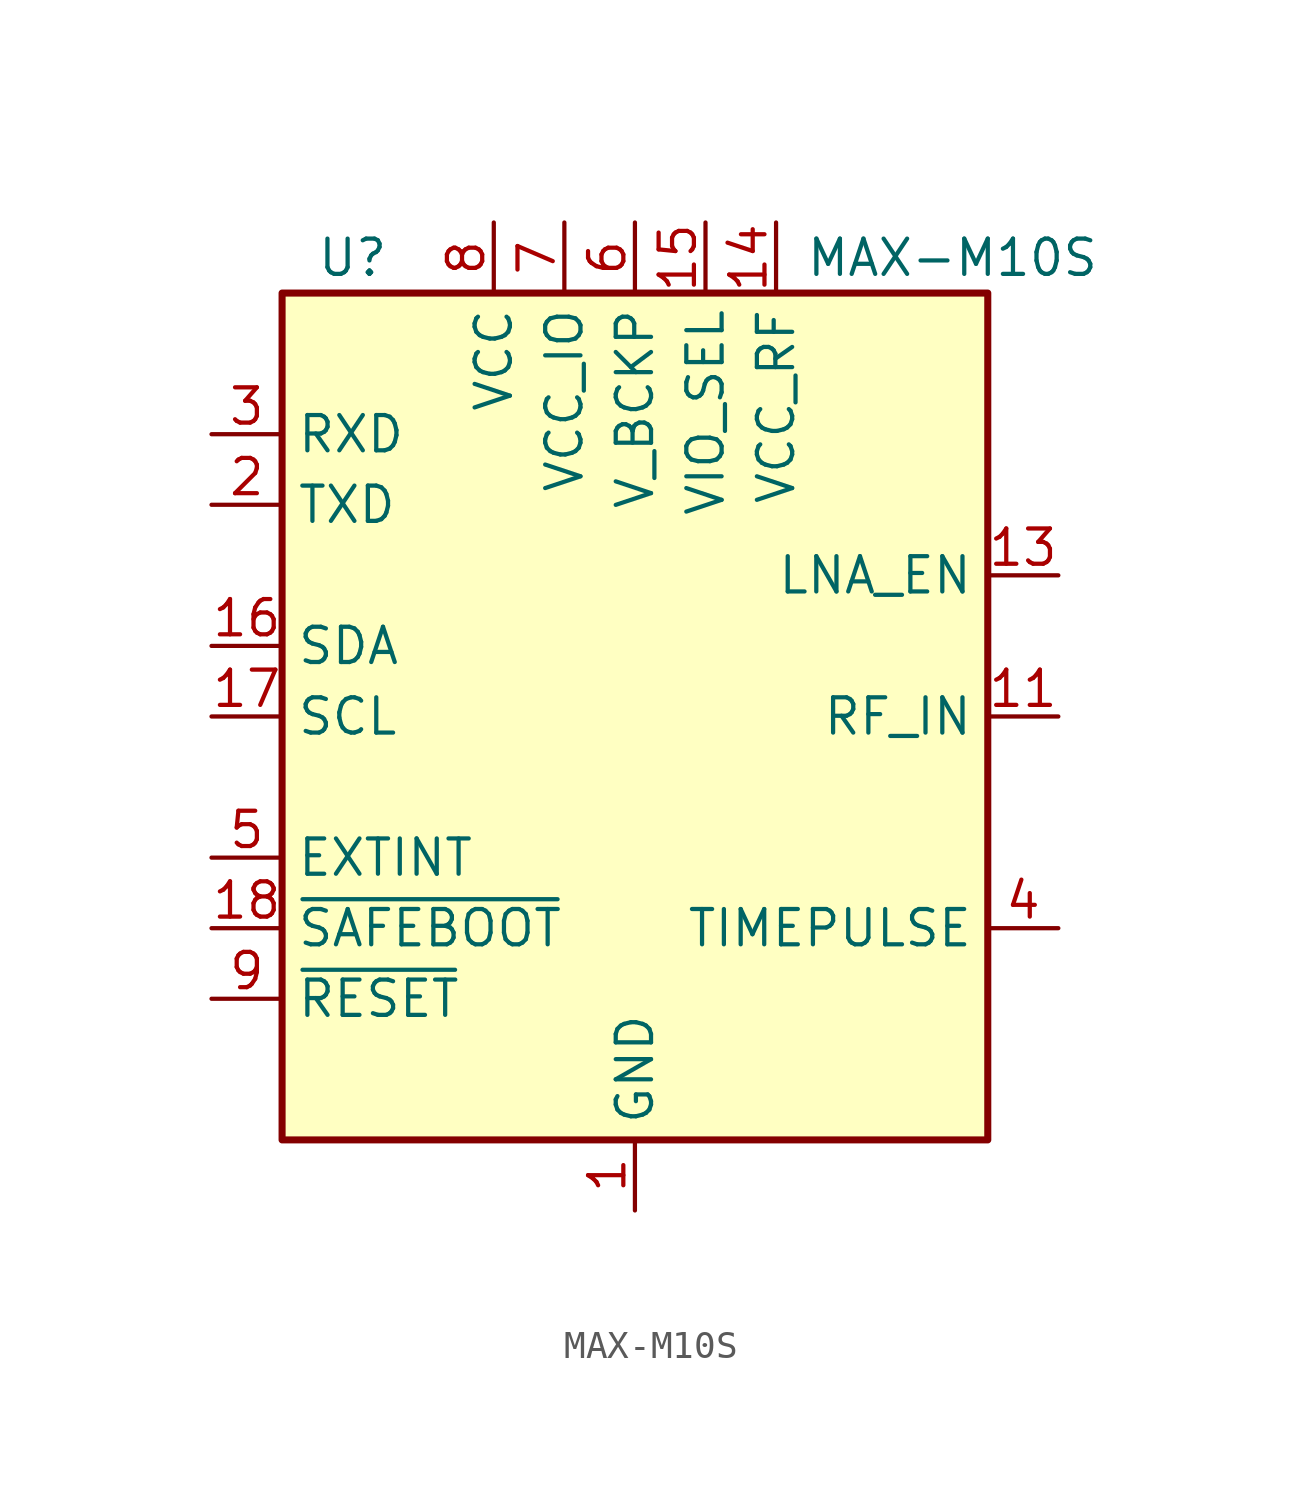
<source format=kicad_sym>
(kicad_symbol_lib
  (version 20211014)
  (generator kicad_symbol_editor)
  (symbol "MAX-M10S"
    (property "Reference" "U"
      (at -10.16 16.51 0)
      (effects (font (size 1.27 1.27))))
    (property "Value" "MAX-M10S"
      (at 11.43 16.51 0)
      (effects (font (size 1.27 1.27))))
    (symbol "MAX-M10S_0_1"
      (rectangle (start 12.7 15.24) (end -12.7 -15.24) (stroke (width 0.254) (type default) (color 0 0 0 0)) (fill (type background))))
    (symbol "MAX-M10S_1_1"
      (pin power_in line (at 0 -17.78 90) (length 2.54) (name "GND" (effects (font (size 1.27 1.27)))) (number "1" (effects (font (size 1.27 1.27)))))
      (pin passive line (at 0 -17.78 90) (length 2.54) hide (name "GND" (effects (font (size 1.27 1.27)))) (number "10" (effects (font (size 1.27 1.27)))))
      (pin input line (at 15.24 0 180) (length 2.54) (name "RF_IN" (effects (font (size 1.27 1.27)))) (number "11" (effects (font (size 1.27 1.27)))))
      (pin passive line (at 0 -17.78 90) (length 2.54) hide (name "GND" (effects (font (size 1.27 1.27)))) (number "12" (effects (font (size 1.27 1.27)))))
      (pin output line (at 15.24 5.08 180) (length 2.54) (name "LNA_EN" (effects (font (size 1.27 1.27)))) (number "13" (effects (font (size 1.27 1.27)))))
      (pin power_out line (at 5.08 17.78 270) (length 2.54) (name "VCC_RF" (effects (font (size 1.27 1.27)))) (number "14" (effects (font (size 1.27 1.27)))))
      (pin no_connect line (at 12.7 -5.08 180) (length 2.54) hide (name "Reserved" (effects (font (size 1.27 1.27)))) (number "15" (effects (font (size 1.27 1.27)))))
      (pin power_in line (at 2.54 17.78 270) (length 2.54) (name "VIO_SEL" (effects (font (size 1.27 1.27)))) (number "15" (effects (font (size 1.27 1.27)))))
      (pin bidirectional line (at -15.24 2.54 0) (length 2.54) (name "SDA" (effects (font (size 1.27 1.27)))) (number "16" (effects (font (size 1.27 1.27)))))
      (pin input line (at -15.24 0 0) (length 2.54) (name "SCL" (effects (font (size 1.27 1.27)))) (number "17" (effects (font (size 1.27 1.27)))))
      (pin input line (at -15.24 -7.62 0) (length 2.54) (name "~{SAFEBOOT}" (effects (font (size 1.27 1.27)))) (number "18" (effects (font (size 1.27 1.27)))))
      (pin output line (at -15.24 7.62 0) (length 2.54) (name "TXD" (effects (font (size 1.27 1.27)))) (number "2" (effects (font (size 1.27 1.27)))))
      (pin input line (at -15.24 10.16 0) (length 2.54) (name "RXD" (effects (font (size 1.27 1.27)))) (number "3" (effects (font (size 1.27 1.27)))))
      (pin output line (at 15.24 -7.62 180) (length 2.54) (name "TIMEPULSE" (effects (font (size 1.27 1.27)))) (number "4" (effects (font (size 1.27 1.27)))))
      (pin input line (at -15.24 -5.08 0) (length 2.54) (name "EXTINT" (effects (font (size 1.27 1.27)))) (number "5" (effects (font (size 1.27 1.27)))))
      (pin power_in line (at 0 17.78 270) (length 2.54) (name "V_BCKP" (effects (font (size 1.27 1.27)))) (number "6" (effects (font (size 1.27 1.27)))))
      (pin power_in line (at -2.54 17.78 270) (length 2.54) (name "VCC_IO" (effects (font (size 1.27 1.27)))) (number "7" (effects (font (size 1.27 1.27)))))
      (pin power_in line (at -5.08 17.78 270) (length 2.54) (name "VCC" (effects (font (size 1.27 1.27)))) (number "8" (effects (font (size 1.27 1.27)))))
      (pin input line (at -15.24 -10.16 0) (length 2.54) (name "~{RESET}" (effects (font (size 1.27 1.27)))) (number "9" (effects (font (size 1.27 1.27))))))))
</source>
